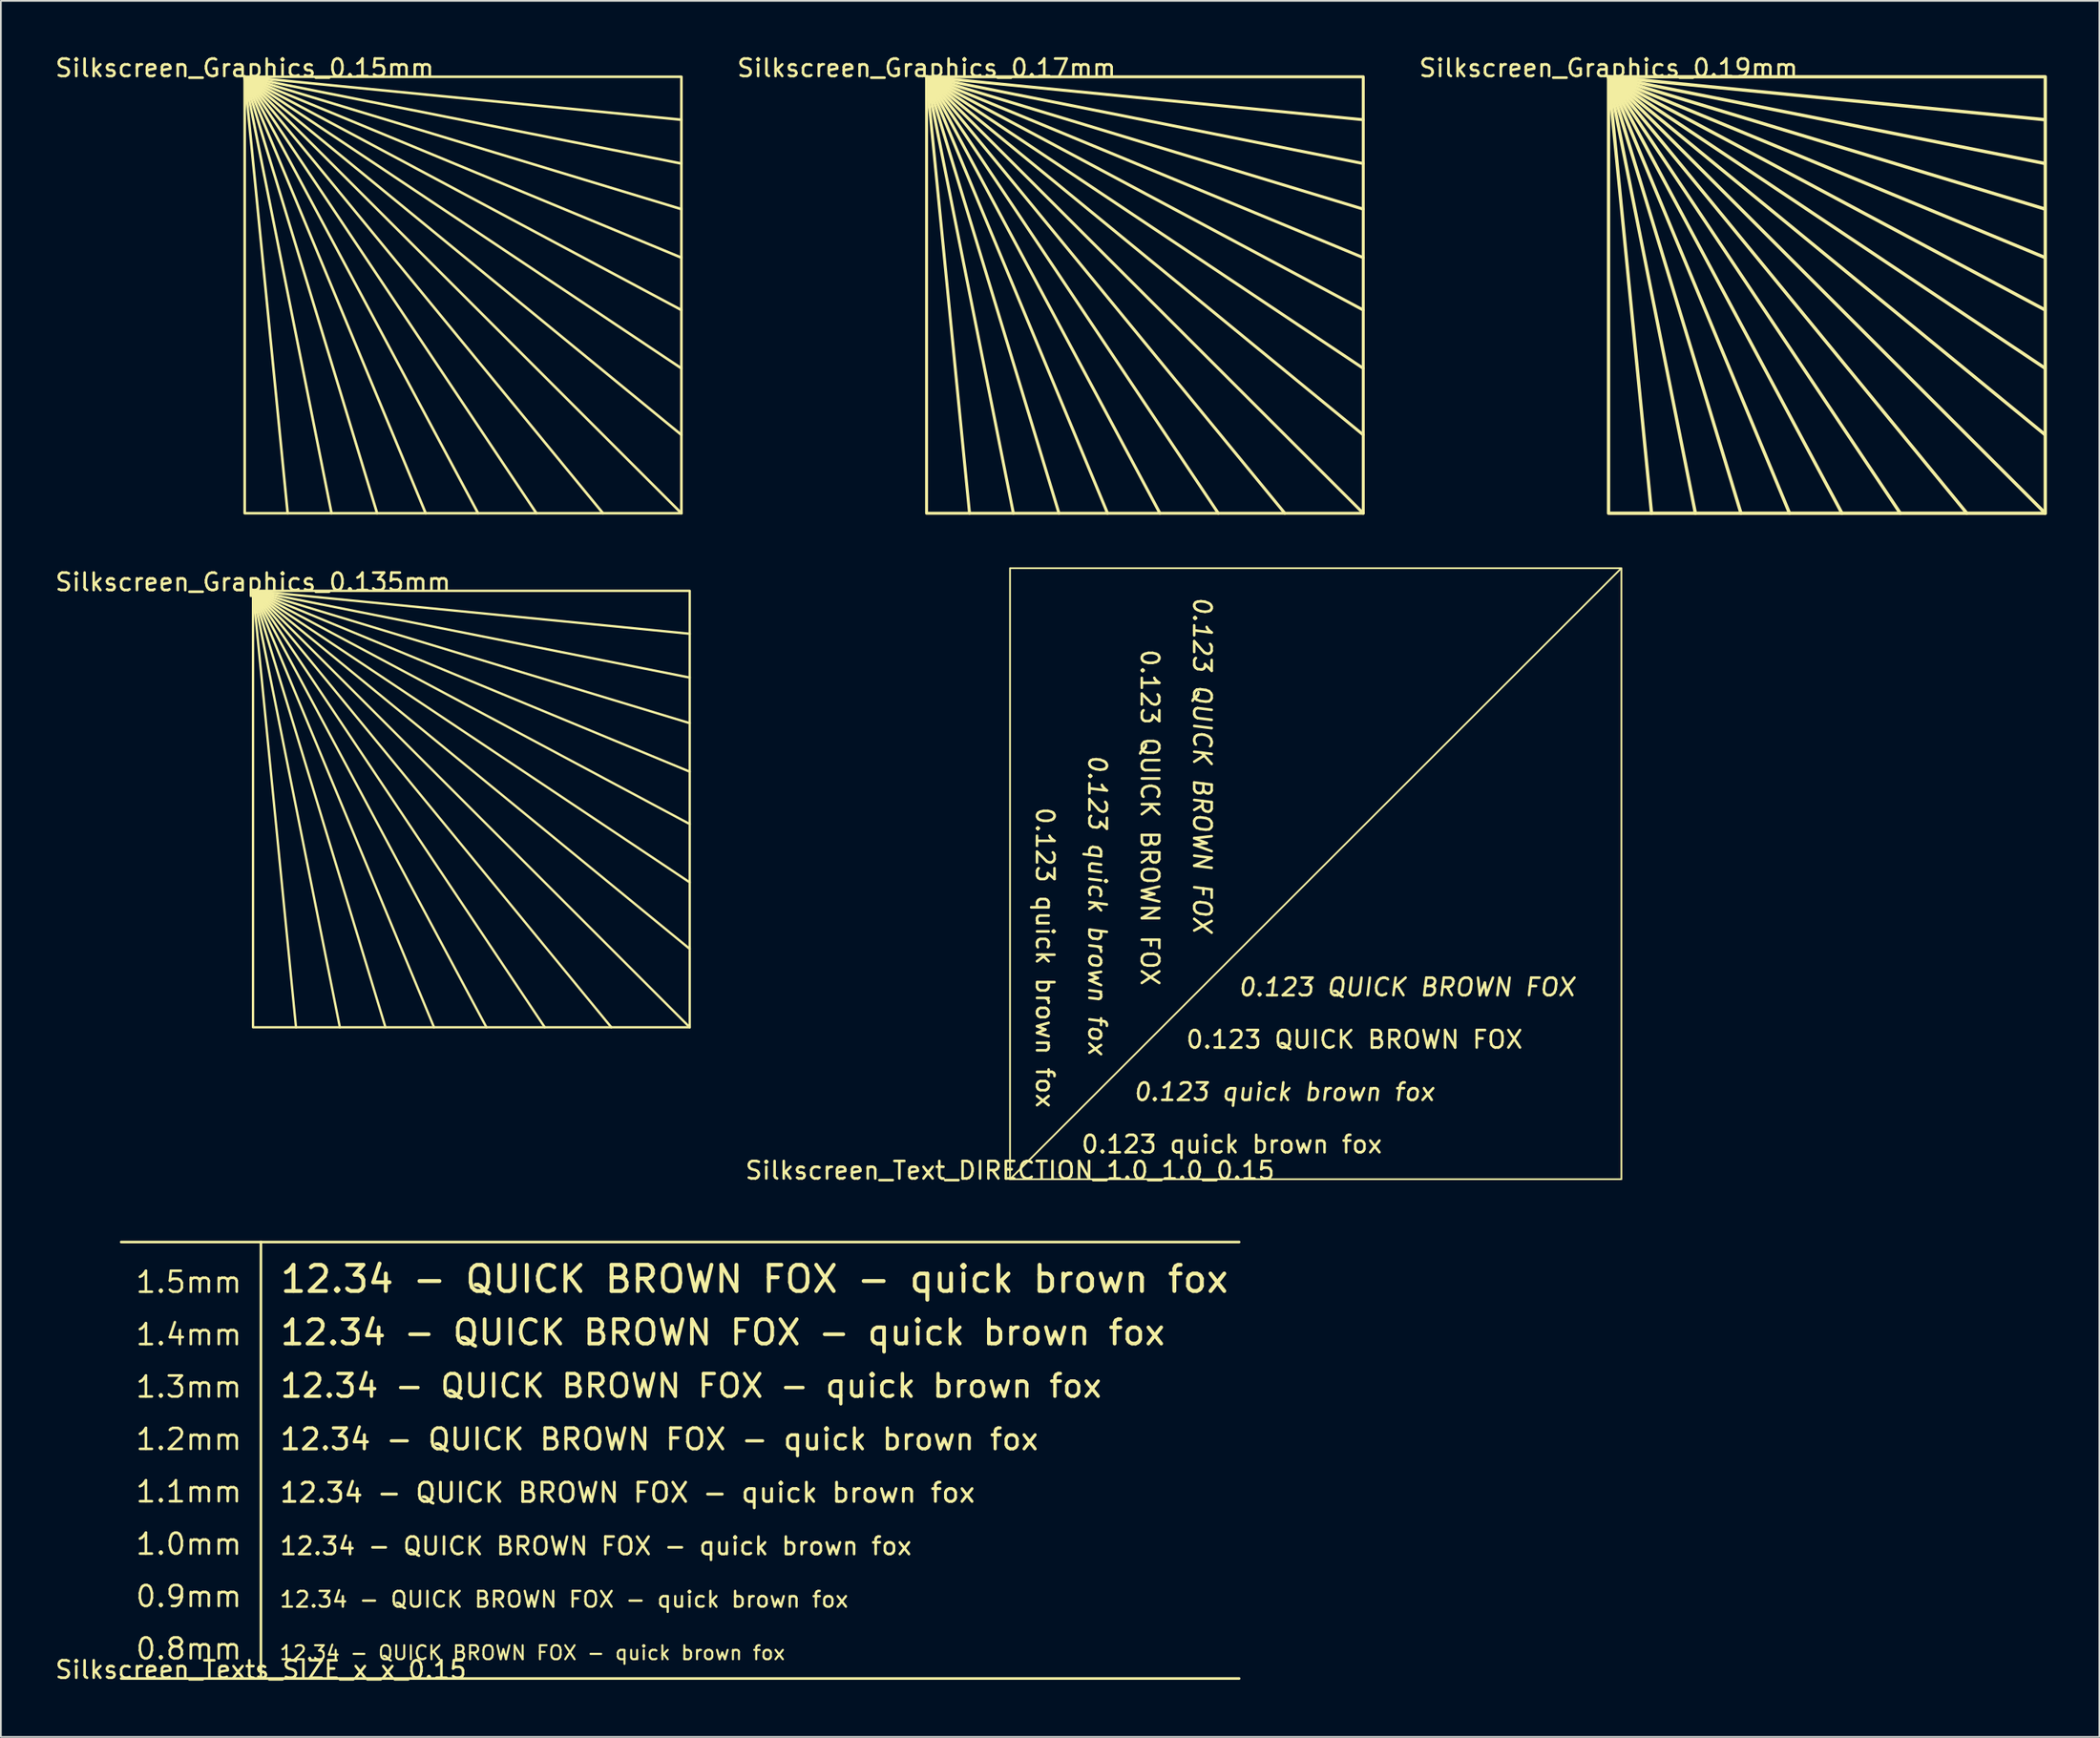
<source format=kicad_pcb>
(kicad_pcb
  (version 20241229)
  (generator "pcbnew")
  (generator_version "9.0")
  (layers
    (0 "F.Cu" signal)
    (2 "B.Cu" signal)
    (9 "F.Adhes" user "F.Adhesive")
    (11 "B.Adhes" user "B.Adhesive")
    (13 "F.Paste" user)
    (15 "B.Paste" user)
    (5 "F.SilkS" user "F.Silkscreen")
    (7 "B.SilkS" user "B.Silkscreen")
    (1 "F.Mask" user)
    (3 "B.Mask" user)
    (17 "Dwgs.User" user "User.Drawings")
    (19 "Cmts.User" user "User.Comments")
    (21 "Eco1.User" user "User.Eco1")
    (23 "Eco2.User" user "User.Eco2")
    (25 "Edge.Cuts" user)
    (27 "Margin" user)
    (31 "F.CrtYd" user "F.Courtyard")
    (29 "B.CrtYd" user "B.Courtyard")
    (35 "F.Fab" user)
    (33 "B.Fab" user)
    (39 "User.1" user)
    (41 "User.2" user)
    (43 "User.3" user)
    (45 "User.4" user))
  (footprint "Silkscreen_Graphics_0.15mm"
    (layer "F.Cu")
    (at 10.958 1.348)
    (property "Reference" "Silkscreen_Graphics_0.15mm" (at 0 -0.5 0) (unlocked yes) (layer "F.SilkS") (effects (font (size 1 1) (thickness 0.15))))
    (fp_line (start 0 0) (end 2.46 25) (stroke (width 0.15) (type default)) (layer "F.SilkS"))
    (fp_line (start 0 0) (end 4.97 25) (stroke (width 0.15) (type default)) (layer "F.SilkS"))
    (fp_line (start 0 0) (end 7.58 25) (stroke (width 0.15) (type default)) (layer "F.SilkS"))
    (fp_line (start 0 0) (end 10.36 25) (stroke (width 0.15) (type default)) (layer "F.SilkS"))
    (fp_line (start 0 0) (end 13.36 25) (stroke (width 0.15) (type default)) (layer "F.SilkS"))
    (fp_line (start 0 0) (end 16.7 25) (stroke (width 0.15) (type default)) (layer "F.SilkS"))
    (fp_line (start 0 0) (end 20.51 25) (stroke (width 0.15) (type default)) (layer "F.SilkS"))
    (fp_line (start 0 0) (end 25 2.46) (stroke (width 0.15) (type default)) (layer "F.SilkS"))
    (fp_line (start 0 0) (end 25 4.97) (stroke (width 0.15) (type default)) (layer "F.SilkS"))
    (fp_line (start 0 0) (end 25 7.58) (stroke (width 0.15) (type default)) (layer "F.SilkS"))
    (fp_line (start 0 0) (end 25 10.36) (stroke (width 0.15) (type default)) (layer "F.SilkS"))
    (fp_line (start 0 0) (end 25 13.36) (stroke (width 0.15) (type default)) (layer "F.SilkS"))
    (fp_line (start 0 0) (end 25 16.7) (stroke (width 0.15) (type default)) (layer "F.SilkS"))
    (fp_line (start 0 0) (end 25 20.51) (stroke (width 0.15) (type default)) (layer "F.SilkS"))
    (fp_line (start 0 0) (end 25 25) (stroke (width 0.15) (type default)) (layer "F.SilkS"))
    (fp_rect (start 0 0) (end 25 25) (stroke (width 0.15) (type default)) (fill no) (layer "F.SilkS")))
  (footprint "Silkscreen_Graphics_0.17mm"
    (layer "F.Cu")
    (at 49.992 1.348)
    (property "Reference" "Silkscreen_Graphics_0.17mm" (at 0 -0.5 0) (unlocked yes) (layer "F.SilkS") (effects (font (size 1 1) (thickness 0.15))))
    (fp_line (start 0 0) (end 2.46 25) (stroke (width 0.17) (type default)) (layer "F.SilkS"))
    (fp_line (start 0 0) (end 4.97 25) (stroke (width 0.17) (type default)) (layer "F.SilkS"))
    (fp_line (start 0 0) (end 7.58 25) (stroke (width 0.17) (type default)) (layer "F.SilkS"))
    (fp_line (start 0 0) (end 10.36 25) (stroke (width 0.17) (type default)) (layer "F.SilkS"))
    (fp_line (start 0 0) (end 13.36 25) (stroke (width 0.17) (type default)) (layer "F.SilkS"))
    (fp_line (start 0 0) (end 16.7 25) (stroke (width 0.17) (type default)) (layer "F.SilkS"))
    (fp_line (start 0 0) (end 20.51 25) (stroke (width 0.17) (type default)) (layer "F.SilkS"))
    (fp_line (start 0 0) (end 25 2.46) (stroke (width 0.17) (type default)) (layer "F.SilkS"))
    (fp_line (start 0 0) (end 25 4.97) (stroke (width 0.17) (type default)) (layer "F.SilkS"))
    (fp_line (start 0 0) (end 25 7.58) (stroke (width 0.17) (type default)) (layer "F.SilkS"))
    (fp_line (start 0 0) (end 25 10.36) (stroke (width 0.17) (type default)) (layer "F.SilkS"))
    (fp_line (start 0 0) (end 25 13.36) (stroke (width 0.17) (type default)) (layer "F.SilkS"))
    (fp_line (start 0 0) (end 25 16.7) (stroke (width 0.17) (type default)) (layer "F.SilkS"))
    (fp_line (start 0 0) (end 25 20.51) (stroke (width 0.17) (type default)) (layer "F.SilkS"))
    (fp_line (start 0 0) (end 25 25) (stroke (width 0.17) (type default)) (layer "F.SilkS"))
    (fp_rect (start 0 0) (end 25 25) (stroke (width 0.17) (type default)) (fill no) (layer "F.SilkS")))
  (footprint "Silkscreen_Graphics_0.19mm"
    (layer "F.Cu")
    (at 89.035 1.348)
    (property "Reference" "Silkscreen_Graphics_0.19mm" (at 0 -0.5 0) (unlocked yes) (layer "F.SilkS") (effects (font (size 1 1) (thickness 0.15))))
    (fp_line (start 0 0) (end 2.46 25) (stroke (width 0.19) (type default)) (layer "F.SilkS"))
    (fp_line (start 0 0) (end 4.97 25) (stroke (width 0.19) (type default)) (layer "F.SilkS"))
    (fp_line (start 0 0) (end 7.58 25) (stroke (width 0.19) (type default)) (layer "F.SilkS"))
    (fp_line (start 0 0) (end 10.36 25) (stroke (width 0.19) (type default)) (layer "F.SilkS"))
    (fp_line (start 0 0) (end 13.36 25) (stroke (width 0.19) (type default)) (layer "F.SilkS"))
    (fp_line (start 0 0) (end 16.7 25) (stroke (width 0.19) (type default)) (layer "F.SilkS"))
    (fp_line (start 0 0) (end 20.51 25) (stroke (width 0.19) (type default)) (layer "F.SilkS"))
    (fp_line (start 0 0) (end 25 2.46) (stroke (width 0.19) (type default)) (layer "F.SilkS"))
    (fp_line (start 0 0) (end 25 4.97) (stroke (width 0.19) (type default)) (layer "F.SilkS"))
    (fp_line (start 0 0) (end 25 7.58) (stroke (width 0.19) (type default)) (layer "F.SilkS"))
    (fp_line (start 0 0) (end 25 10.36) (stroke (width 0.19) (type default)) (layer "F.SilkS"))
    (fp_line (start 0 0) (end 25 13.36) (stroke (width 0.19) (type default)) (layer "F.SilkS"))
    (fp_line (start 0 0) (end 25 16.7) (stroke (width 0.19) (type default)) (layer "F.SilkS"))
    (fp_line (start 0 0) (end 25 20.51) (stroke (width 0.19) (type default)) (layer "F.SilkS"))
    (fp_line (start 0 0) (end 25 25) (stroke (width 0.19) (type default)) (layer "F.SilkS"))
    (fp_rect (start 0 0) (end 25 25) (stroke (width 0.19) (type default)) (fill no) (layer "F.SilkS")))
  (footprint "Silkscreen_Text_DIRECTION_1.0_1.0_0.15"
    (layer "F.Cu")
    (at 54.77 64.493)
    (property "Reference" "Silkscreen_Text_DIRECTION_1.0_1.0_0.15" (at 0 -0.5 0) (unlocked yes) (layer "F.SilkS") (effects (font (size 1 1) (thickness 0.15))))
    (fp_line (start 0 0) (end 34.972 -34.972) (stroke (width 0.1) (type default)) (layer "F.SilkS"))
    (fp_rect (start 0 -35) (end 35 0) (stroke (width 0.1) (type default)) (fill no) (layer "F.SilkS"))
    (fp_text user "0.123 quick brown fox" (at 2 -4 270) (unlocked yes) (layer "F.SilkS") (effects (font (size 1 1) (thickness 0.15)) (justify right)))
    (fp_text user "0.123 QUICK BROWN FOX" (at 13 -11 0) (unlocked yes) (layer "F.SilkS") (effects (font (size 1 1) (thickness 0.15) (italic yes)) (justify left)))
    (fp_text user "0.123 QUICK BROWN FOX" (at 10 -8 0) (unlocked yes) (layer "F.SilkS") (effects (font (size 1 1) (thickness 0.15)) (justify left)))
    (fp_text user "0.123 QUICK BROWN FOX" (at 8 -11 270) (unlocked yes) (layer "F.SilkS") (effects (font (size 1 1) (thickness 0.15)) (justify right)))
    (fp_text user "0.123 quick brown fox" (at 5 -7 270) (unlocked yes) (layer "F.SilkS") (effects (font (size 1 1) (thickness 0.15) (italic yes)) (justify right)))
    (fp_text user "0.123 quick brown fox" (at 7 -5 0) (unlocked yes) (layer "F.SilkS") (effects (font (size 1 1) (thickness 0.15) (italic yes)) (justify left)))
    (fp_text user "0.123 quick brown fox " (at 4 -2 0) (unlocked yes) (layer "F.SilkS") (effects (font (size 1 1) (thickness 0.15)) (justify left)))
    (fp_text user "0.123 QUICK BROWN FOX" (at 11 -14 270) (unlocked yes) (layer "F.SilkS") (effects (font (size 1 1) (thickness 0.15) (italic yes)) (justify right))))
  (footprint "Silkscreen_Texts_SIZE_x_x_0.15"
    (layer "F.Cu")
    (at 11.887 68.091)
    (property "Reference" "Silkscreen_Texts_SIZE_x_x_0.15" (at 0 24.5 0) (unlocked yes) (layer "F.SilkS") (effects (font (size 1 1) (thickness 0.15))))
    (fp_line (start -8 0) (end 56 0) (stroke (width 0.15) (type default)) (layer "F.SilkS"))
    (fp_line (start -8 25) (end 56 25) (stroke (width 0.15) (type default)) (layer "F.SilkS"))
    (fp_line (start 0 25) (end 0 0) (stroke (width 0.15) (type default)) (layer "F.SilkS"))
    (fp_text user "12.34 - QUICK BROWN FOX - quick brown fox " (at 1 15 0) (unlocked yes) (layer "F.SilkS") (effects (font (size 1.1 1.1) (thickness 0.165)) (justify left bottom)))
    (fp_text user "1.0mm" (at -1 18 0) (unlocked yes) (layer "F.SilkS") (effects (font (size 1.2 1.2) (thickness 0.15)) (justify right bottom)))
    (fp_text user "1.1mm" (at -1 15 0) (unlocked yes) (layer "F.SilkS") (effects (font (size 1.2 1.2) (thickness 0.15)) (justify right bottom)))
    (fp_text user "12.34 - QUICK BROWN FOX - quick brown fox " (at 1 21 0) (unlocked yes) (layer "F.SilkS") (effects (font (size 0.9 0.9) (thickness 0.135)) (justify left bottom)))
    (fp_text user "12.34 - QUICK BROWN FOX - quick brown fox " (at 1 6 0) (unlocked yes) (layer "F.SilkS") (effects (font (size 1.4 1.4) (thickness 0.21)) (justify left bottom)))
    (fp_text user "0.8mm" (at -1 24 0) (unlocked yes) (layer "F.SilkS") (effects (font (size 1.2 1.2) (thickness 0.15)) (justify right bottom)))
    (fp_text user "12.34 - QUICK BROWN FOX - quick brown fox " (at 1 12 0) (unlocked yes) (layer "F.SilkS") (effects (font (size 1.2 1.2) (thickness 0.18)) (justify left bottom)))
    (fp_text user "1.5mm" (at -1 3 0) (unlocked yes) (layer "F.SilkS") (effects (font (size 1.2 1.2) (thickness 0.15)) (justify right bottom)))
    (fp_text user "12.34 - QUICK BROWN FOX - quick brown fox " (at 1 3 0) (unlocked yes) (layer "F.SilkS") (effects (font (size 1.5 1.5) (thickness 0.225)) (justify left bottom)))
    (fp_text user "12.34 - QUICK BROWN FOX - quick brown fox " (at 1 24 0) (unlocked yes) (layer "F.SilkS") (effects (font (size 0.8 0.8) (thickness 0.12)) (justify left bottom)))
    (fp_text user "0.9mm" (at -1 21 0) (unlocked yes) (layer "F.SilkS") (effects (font (size 1.2 1.2) (thickness 0.15)) (justify right bottom)))
    (fp_text user "12.34 - QUICK BROWN FOX - quick brown fox " (at 1 9 0) (unlocked yes) (layer "F.SilkS") (effects (font (size 1.3 1.3) (thickness 0.195)) (justify left bottom)))
    (fp_text user "1.2mm" (at -1 12 0) (unlocked yes) (layer "F.SilkS") (effects (font (size 1.2 1.2) (thickness 0.15)) (justify right bottom)))
    (fp_text user "1.4mm" (at -1 6 0) (unlocked yes) (layer "F.SilkS") (effects (font (size 1.2 1.2) (thickness 0.15)) (justify right bottom)))
    (fp_text user "1.3mm" (at -1 9 0) (unlocked yes) (layer "F.SilkS") (effects (font (size 1.2 1.2) (thickness 0.15)) (justify right bottom)))
    (fp_text user "12.34 - QUICK BROWN FOX - quick brown fox " (at 1 18 0) (unlocked yes) (layer "F.SilkS") (effects (font (size 1 1) (thickness 0.15)) (justify left bottom))))
  (footprint "Silkscreen_Graphics_0.135mm"
    (layer "F.Cu")
    (at 11.435 30.791)
    (property "Reference" "Silkscreen_Graphics_0.135mm" (at 0 -0.5 0) (unlocked yes) (layer "F.SilkS") (effects (font (size 1 1) (thickness 0.15))))
    (fp_line (start 0 0) (end 2.46 25) (stroke (width 0.135) (type default)) (layer "F.SilkS"))
    (fp_line (start 0 0) (end 4.97 25) (stroke (width 0.135) (type default)) (layer "F.SilkS"))
    (fp_line (start 0 0) (end 7.58 25) (stroke (width 0.135) (type default)) (layer "F.SilkS"))
    (fp_line (start 0 0) (end 10.36 25) (stroke (width 0.135) (type default)) (layer "F.SilkS"))
    (fp_line (start 0 0) (end 13.36 25) (stroke (width 0.135) (type default)) (layer "F.SilkS"))
    (fp_line (start 0 0) (end 16.7 25) (stroke (width 0.135) (type default)) (layer "F.SilkS"))
    (fp_line (start 0 0) (end 20.51 25) (stroke (width 0.135) (type default)) (layer "F.SilkS"))
    (fp_line (start 0 0) (end 25 2.46) (stroke (width 0.135) (type default)) (layer "F.SilkS"))
    (fp_line (start 0 0) (end 25 4.97) (stroke (width 0.135) (type default)) (layer "F.SilkS"))
    (fp_line (start 0 0) (end 25 7.58) (stroke (width 0.135) (type default)) (layer "F.SilkS"))
    (fp_line (start 0 0) (end 25 10.36) (stroke (width 0.135) (type default)) (layer "F.SilkS"))
    (fp_line (start 0 0) (end 25 13.36) (stroke (width 0.135) (type default)) (layer "F.SilkS"))
    (fp_line (start 0 0) (end 25 16.7) (stroke (width 0.135) (type default)) (layer "F.SilkS"))
    (fp_line (start 0 0) (end 25 20.51) (stroke (width 0.135) (type default)) (layer "F.SilkS"))
    (fp_line (start 0 0) (end 25 25) (stroke (width 0.135) (type default)) (layer "F.SilkS"))
    (fp_rect (start 0 0) (end 25 25) (stroke (width 0.135) (type default)) (fill no) (layer "F.SilkS")))
  (gr_rect
    (start -3 -3)
    (end 117.13 96.44)
    (stroke (width 0.1) (type default))
    (fill no)
    (layer "Edge.Cuts")))
</source>
